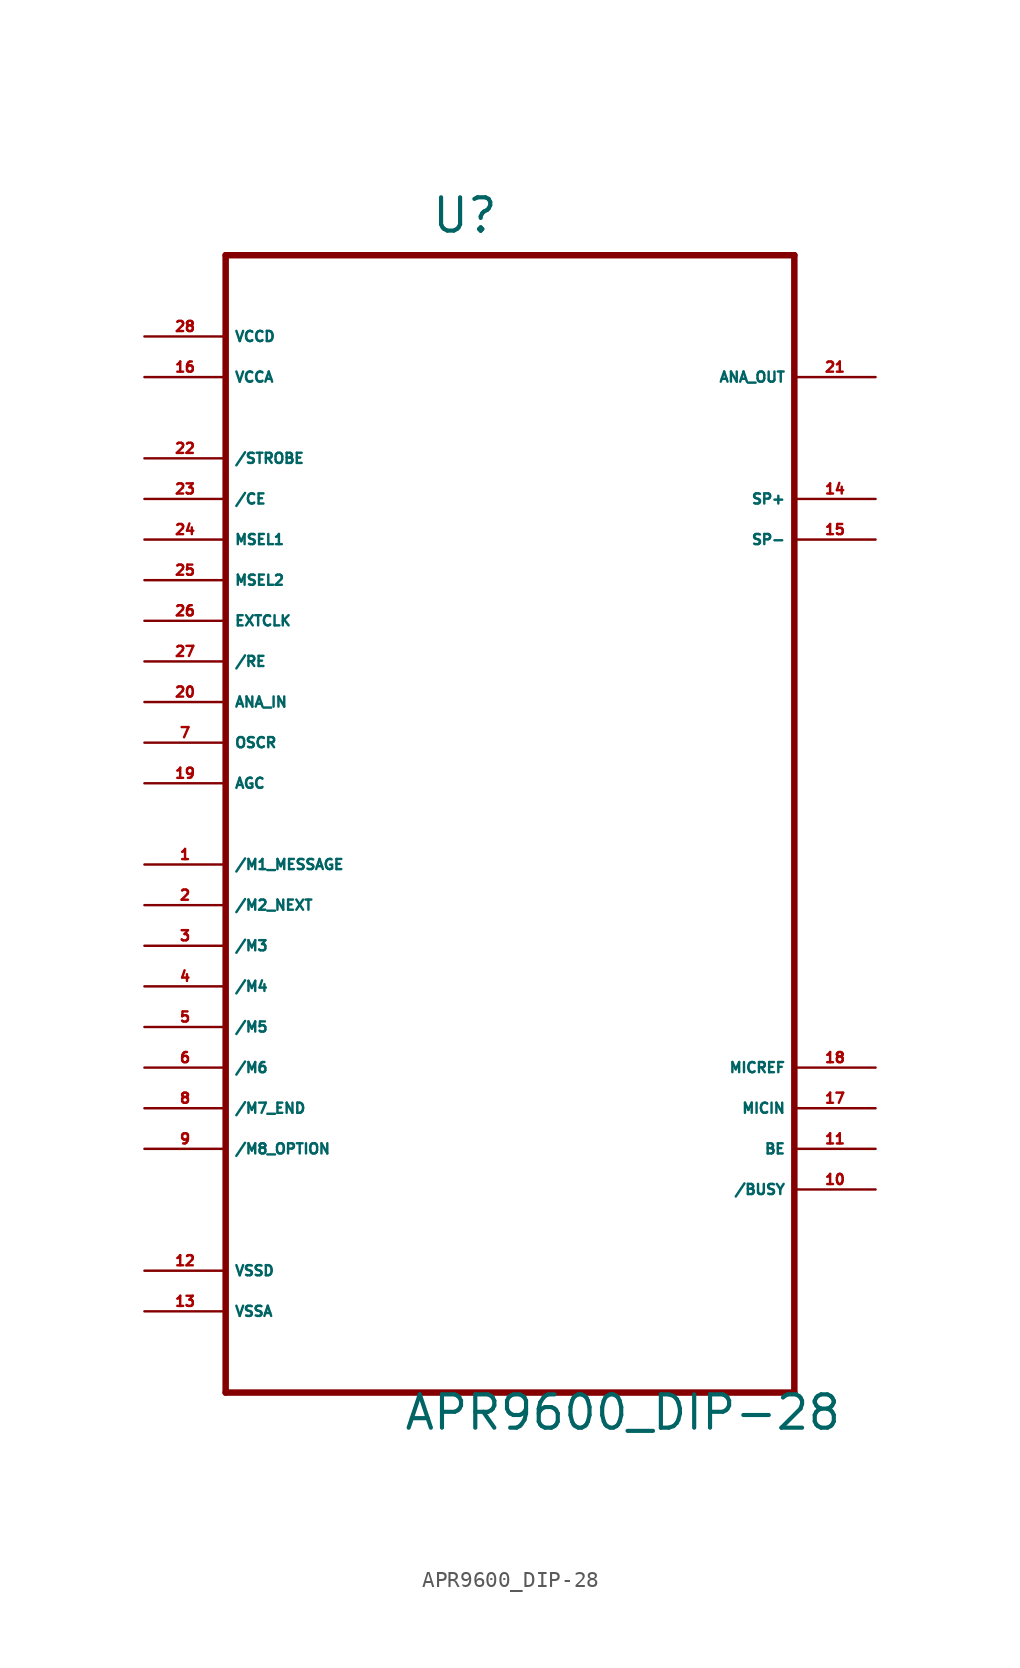
<source format=kicad_sym>
(kicad_symbol_lib
  (version 20220914)
  (generator Eagle2Kicad)
  (symbol "APR9600_DIP-28"
    (property "Reference" "U"
      (at -4.978 34.29 0)
      (effects (font (size 2.083 2.083) (thickness 0.26)) (justify left bottom)))
    (property "Value" "APR9600_DIP-28"
      (at -6.706 -40.564 0)
      (effects (font (size 2.083 2.083) (thickness 0.26)) (justify left bottom)))
    (polyline
      (pts (xy -17.78 33.02) (xy -17.78 -38.1))
      (stroke (width 0.406) (type default))
      (fill (type none)))
    (polyline
      (pts (xy -17.78 -38.1) (xy 17.78 -38.1))
      (stroke (width 0.406) (type default))
      (fill (type none)))
    (polyline
      (pts (xy 17.78 -38.1) (xy 17.78 33.02))
      (stroke (width 0.406) (type default))
      (fill (type none)))
    (polyline
      (pts (xy 17.78 33.02) (xy -17.78 33.02))
      (stroke (width 0.406) (type default))
      (fill (type none)))
    (pin unspecified line
      (at -22.86 27.94 0)
      (length 5.08)
      (name "VCCD" (effects (font (size 0.635 0.635) (thickness 0.08)) (justify left bottom)))
      (number "28" (effects (font (size 0.635 0.635) (thickness 0.08)) (justify left bottom))))
    (pin unspecified line
      (at -22.86 25.4 0)
      (length 5.08)
      (name "VCCA" (effects (font (size 0.635 0.635) (thickness 0.08)) (justify left bottom)))
      (number "16" (effects (font (size 0.635 0.635) (thickness 0.08)) (justify left bottom))))
    (pin input line
      (at -22.86 20.32 0)
      (length 5.08)
      (name "/STROBE" (effects (font (size 0.635 0.635) (thickness 0.08)) (justify left bottom)))
      (number "22" (effects (font (size 0.635 0.635) (thickness 0.08)) (justify left bottom))))
    (pin input line
      (at -22.86 17.78 0)
      (length 5.08)
      (name "/CE" (effects (font (size 0.635 0.635) (thickness 0.08)) (justify left bottom)))
      (number "23" (effects (font (size 0.635 0.635) (thickness 0.08)) (justify left bottom))))
    (pin input line
      (at -22.86 15.24 0)
      (length 5.08)
      (name "MSEL1" (effects (font (size 0.635 0.635) (thickness 0.08)) (justify left bottom)))
      (number "24" (effects (font (size 0.635 0.635) (thickness 0.08)) (justify left bottom))))
    (pin input line
      (at -22.86 12.7 0)
      (length 5.08)
      (name "MSEL2" (effects (font (size 0.635 0.635) (thickness 0.08)) (justify left bottom)))
      (number "25" (effects (font (size 0.635 0.635) (thickness 0.08)) (justify left bottom))))
    (pin input line
      (at -22.86 10.16 0)
      (length 5.08)
      (name "EXTCLK" (effects (font (size 0.635 0.635) (thickness 0.08)) (justify left bottom)))
      (number "26" (effects (font (size 0.635 0.635) (thickness 0.08)) (justify left bottom))))
    (pin input line
      (at -22.86 7.62 0)
      (length 5.08)
      (name "/RE" (effects (font (size 0.635 0.635) (thickness 0.08)) (justify left bottom)))
      (number "27" (effects (font (size 0.635 0.635) (thickness 0.08)) (justify left bottom))))
    (pin input line
      (at -22.86 5.08 0)
      (length 5.08)
      (name "ANA_IN" (effects (font (size 0.635 0.635) (thickness 0.08)) (justify left bottom)))
      (number "20" (effects (font (size 0.635 0.635) (thickness 0.08)) (justify left bottom))))
    (pin input line
      (at -22.86 2.54 0)
      (length 5.08)
      (name "OSCR" (effects (font (size 0.635 0.635) (thickness 0.08)) (justify left bottom)))
      (number "7" (effects (font (size 0.635 0.635) (thickness 0.08)) (justify left bottom))))
    (pin input line
      (at -22.86 0 0)
      (length 5.08)
      (name "AGC" (effects (font (size 0.635 0.635) (thickness 0.08)) (justify left bottom)))
      (number "19" (effects (font (size 0.635 0.635) (thickness 0.08)) (justify left bottom))))
    (pin input line
      (at -22.86 -5.08 0)
      (length 5.08)
      (name "/M1_MESSAGE" (effects (font (size 0.635 0.635) (thickness 0.08)) (justify left bottom)))
      (number "1" (effects (font (size 0.635 0.635) (thickness 0.08)) (justify left bottom))))
    (pin input line
      (at -22.86 -7.62 0)
      (length 5.08)
      (name "/M2_NEXT" (effects (font (size 0.635 0.635) (thickness 0.08)) (justify left bottom)))
      (number "2" (effects (font (size 0.635 0.635) (thickness 0.08)) (justify left bottom))))
    (pin input line
      (at -22.86 -10.16 0)
      (length 5.08)
      (name "/M3" (effects (font (size 0.635 0.635) (thickness 0.08)) (justify left bottom)))
      (number "3" (effects (font (size 0.635 0.635) (thickness 0.08)) (justify left bottom))))
    (pin input line
      (at -22.86 -12.7 0)
      (length 5.08)
      (name "/M4" (effects (font (size 0.635 0.635) (thickness 0.08)) (justify left bottom)))
      (number "4" (effects (font (size 0.635 0.635) (thickness 0.08)) (justify left bottom))))
    (pin input line
      (at -22.86 -15.24 0)
      (length 5.08)
      (name "/M5" (effects (font (size 0.635 0.635) (thickness 0.08)) (justify left bottom)))
      (number "5" (effects (font (size 0.635 0.635) (thickness 0.08)) (justify left bottom))))
    (pin input line
      (at -22.86 -17.78 0)
      (length 5.08)
      (name "/M6" (effects (font (size 0.635 0.635) (thickness 0.08)) (justify left bottom)))
      (number "6" (effects (font (size 0.635 0.635) (thickness 0.08)) (justify left bottom))))
    (pin input line
      (at -22.86 -20.32 0)
      (length 5.08)
      (name "/M7_END" (effects (font (size 0.635 0.635) (thickness 0.08)) (justify left bottom)))
      (number "8" (effects (font (size 0.635 0.635) (thickness 0.08)) (justify left bottom))))
    (pin input line
      (at -22.86 -22.86 0)
      (length 5.08)
      (name "/M8_OPTION" (effects (font (size 0.635 0.635) (thickness 0.08)) (justify left bottom)))
      (number "9" (effects (font (size 0.635 0.635) (thickness 0.08)) (justify left bottom))))
    (pin passive line
      (at -22.86 -30.48 0)
      (length 5.08)
      (name "VSSD" (effects (font (size 0.635 0.635) (thickness 0.08)) (justify left bottom)))
      (number "12" (effects (font (size 0.635 0.635) (thickness 0.08)) (justify left bottom))))
    (pin passive line
      (at -22.86 -33.02 0)
      (length 5.08)
      (name "VSSA" (effects (font (size 0.635 0.635) (thickness 0.08)) (justify left bottom)))
      (number "13" (effects (font (size 0.635 0.635) (thickness 0.08)) (justify left bottom))))
    (pin input line
      (at 22.86 -25.4 180)
      (length 5.08)
      (name "/BUSY" (effects (font (size 0.635 0.635) (thickness 0.08)) (justify left bottom)))
      (number "10" (effects (font (size 0.635 0.635) (thickness 0.08)) (justify left bottom))))
    (pin input line
      (at 22.86 -22.86 180)
      (length 5.08)
      (name "BE" (effects (font (size 0.635 0.635) (thickness 0.08)) (justify left bottom)))
      (number "11" (effects (font (size 0.635 0.635) (thickness 0.08)) (justify left bottom))))
    (pin input line
      (at 22.86 -20.32 180)
      (length 5.08)
      (name "MICIN" (effects (font (size 0.635 0.635) (thickness 0.08)) (justify left bottom)))
      (number "17" (effects (font (size 0.635 0.635) (thickness 0.08)) (justify left bottom))))
    (pin input line
      (at 22.86 -17.78 180)
      (length 5.08)
      (name "MICREF" (effects (font (size 0.635 0.635) (thickness 0.08)) (justify left bottom)))
      (number "18" (effects (font (size 0.635 0.635) (thickness 0.08)) (justify left bottom))))
    (pin output line
      (at 22.86 15.24 180)
      (length 5.08)
      (name "SP-" (effects (font (size 0.635 0.635) (thickness 0.08)) (justify left bottom)))
      (number "15" (effects (font (size 0.635 0.635) (thickness 0.08)) (justify left bottom))))
    (pin output line
      (at 22.86 17.78 180)
      (length 5.08)
      (name "SP+" (effects (font (size 0.635 0.635) (thickness 0.08)) (justify left bottom)))
      (number "14" (effects (font (size 0.635 0.635) (thickness 0.08)) (justify left bottom))))
    (pin output line
      (at 22.86 25.4 180)
      (length 5.08)
      (name "ANA_OUT" (effects (font (size 0.635 0.635) (thickness 0.08)) (justify left bottom)))
      (number "21" (effects (font (size 0.635 0.635) (thickness 0.08)) (justify left bottom))))))
</source>
